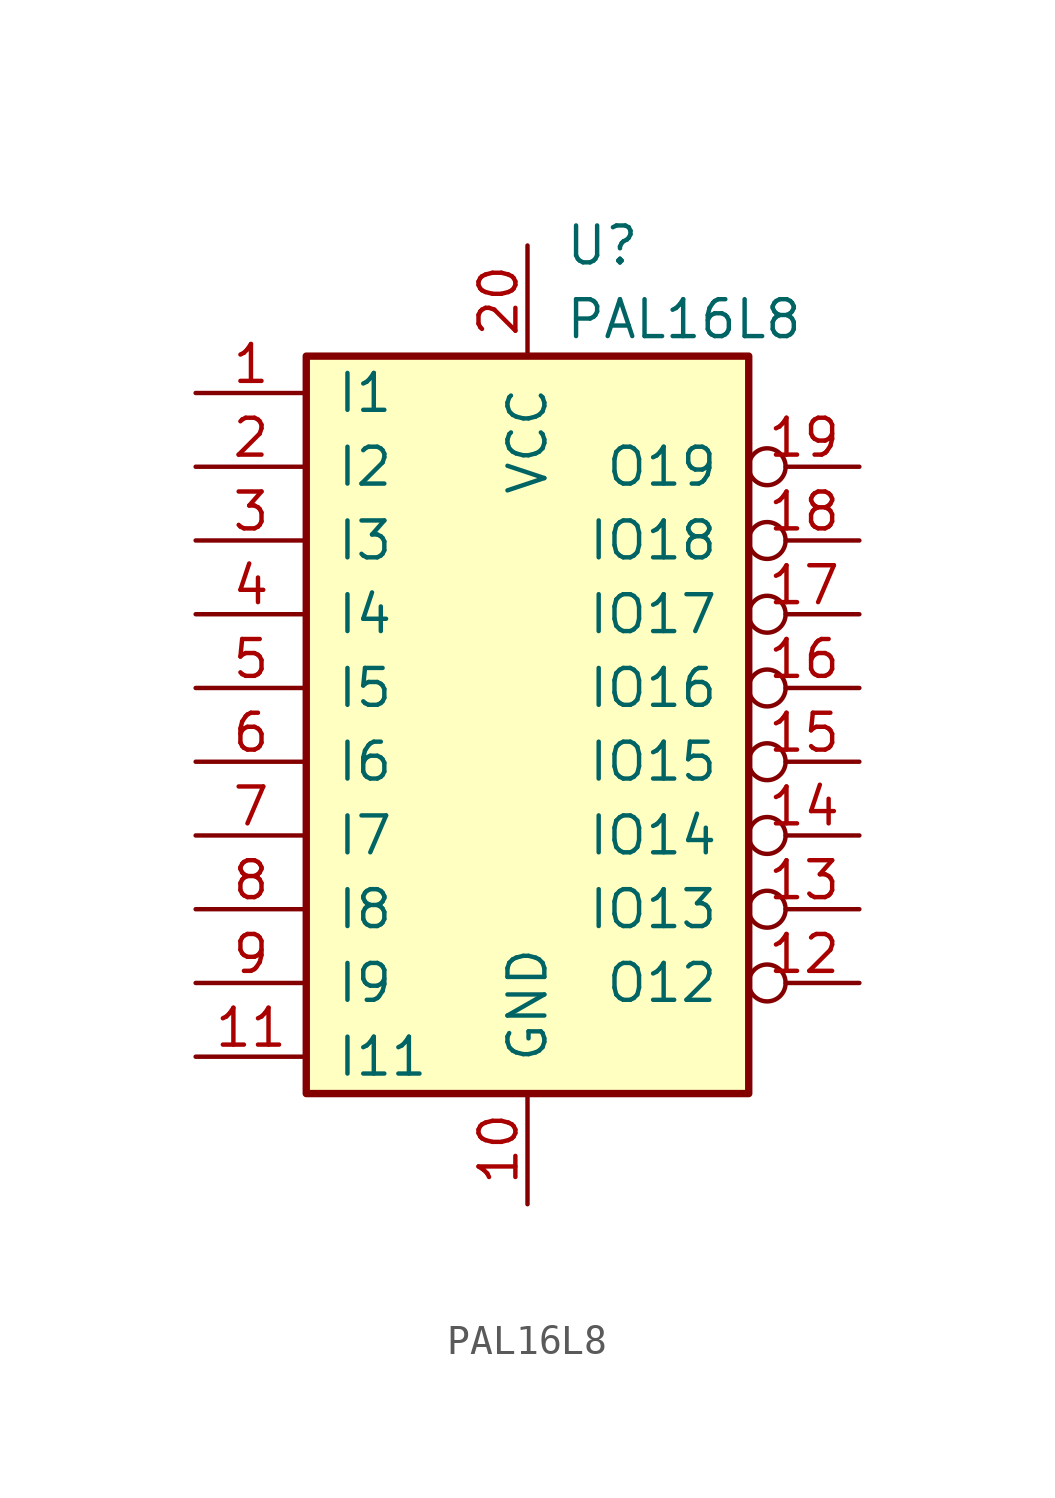
<source format=kicad_sym>
(kicad_symbol_lib
  (version 20220914)
  (generator kicad_symbol_editor)
  (symbol "PAL16L8"
    (pin_names
      (offset 1.016))
    (property "Reference" "U"
      (at 1.27 16.51 0)
      (do_not_autoplace)
      (effects (font (size 1.27 1.27)) (justify left)))
    (property "Value" "PAL16L8"
      (at 1.27 13.97 0)
      (do_not_autoplace)
      (effects (font (size 1.27 1.27)) (justify left)))
    (symbol "PAL16L8_0_0"
      (pin power_in line (at 0 -16.51 90) (length 3.81) (name "GND" (effects (font (size 1.27 1.27)))) (number "10" (effects (font (size 1.27 1.27)))))
      (pin power_in line (at 0 16.51 270) (length 3.81) (name "VCC" (effects (font (size 1.27 1.27)))) (number "20" (effects (font (size 1.27 1.27))))))
    (symbol "PAL16L8_0_1"
      (rectangle (start -7.62 12.7) (end 7.62 -12.7) (stroke (width 0.254) (type default)) (fill (type background))))
    (symbol "PAL16L8_1_1"
      (pin input line (at -11.43 11.43 0) (length 3.81) (name "I1" (effects (font (size 1.27 1.27)))) (number "1" (effects (font (size 1.27 1.27)))))
      (pin input line (at -11.43 -11.43 0) (length 3.81) (name "I11" (effects (font (size 1.27 1.27)))) (number "11" (effects (font (size 1.27 1.27)))))
      (pin output inverted (at 11.43 -8.89 180) (length 3.81) (name "O12" (effects (font (size 1.27 1.27)))) (number "12" (effects (font (size 1.27 1.27)))))
      (pin tri_state inverted (at 11.43 -6.35 180) (length 3.81) (name "IO13" (effects (font (size 1.27 1.27)))) (number "13" (effects (font (size 1.27 1.27)))))
      (pin tri_state inverted (at 11.43 -3.81 180) (length 3.81) (name "IO14" (effects (font (size 1.27 1.27)))) (number "14" (effects (font (size 1.27 1.27)))))
      (pin tri_state inverted (at 11.43 -1.27 180) (length 3.81) (name "IO15" (effects (font (size 1.27 1.27)))) (number "15" (effects (font (size 1.27 1.27)))))
      (pin tri_state inverted (at 11.43 1.27 180) (length 3.81) (name "IO16" (effects (font (size 1.27 1.27)))) (number "16" (effects (font (size 1.27 1.27)))))
      (pin tri_state inverted (at 11.43 3.81 180) (length 3.81) (name "IO17" (effects (font (size 1.27 1.27)))) (number "17" (effects (font (size 1.27 1.27)))))
      (pin tri_state inverted (at 11.43 6.35 180) (length 3.81) (name "IO18" (effects (font (size 1.27 1.27)))) (number "18" (effects (font (size 1.27 1.27)))))
      (pin output inverted (at 11.43 8.89 180) (length 3.81) (name "O19" (effects (font (size 1.27 1.27)))) (number "19" (effects (font (size 1.27 1.27)))))
      (pin input line (at -11.43 8.89 0) (length 3.81) (name "I2" (effects (font (size 1.27 1.27)))) (number "2" (effects (font (size 1.27 1.27)))))
      (pin input line (at -11.43 6.35 0) (length 3.81) (name "I3" (effects (font (size 1.27 1.27)))) (number "3" (effects (font (size 1.27 1.27)))))
      (pin input line (at -11.43 3.81 0) (length 3.81) (name "I4" (effects (font (size 1.27 1.27)))) (number "4" (effects (font (size 1.27 1.27)))))
      (pin input line (at -11.43 1.27 0) (length 3.81) (name "I5" (effects (font (size 1.27 1.27)))) (number "5" (effects (font (size 1.27 1.27)))))
      (pin input line (at -11.43 -1.27 0) (length 3.81) (name "I6" (effects (font (size 1.27 1.27)))) (number "6" (effects (font (size 1.27 1.27)))))
      (pin input line (at -11.43 -3.81 0) (length 3.81) (name "I7" (effects (font (size 1.27 1.27)))) (number "7" (effects (font (size 1.27 1.27)))))
      (pin input line (at -11.43 -6.35 0) (length 3.81) (name "I8" (effects (font (size 1.27 1.27)))) (number "8" (effects (font (size 1.27 1.27)))))
      (pin input line (at -11.43 -8.89 0) (length 3.81) (name "I9" (effects (font (size 1.27 1.27)))) (number "9" (effects (font (size 1.27 1.27))))))))
</source>
